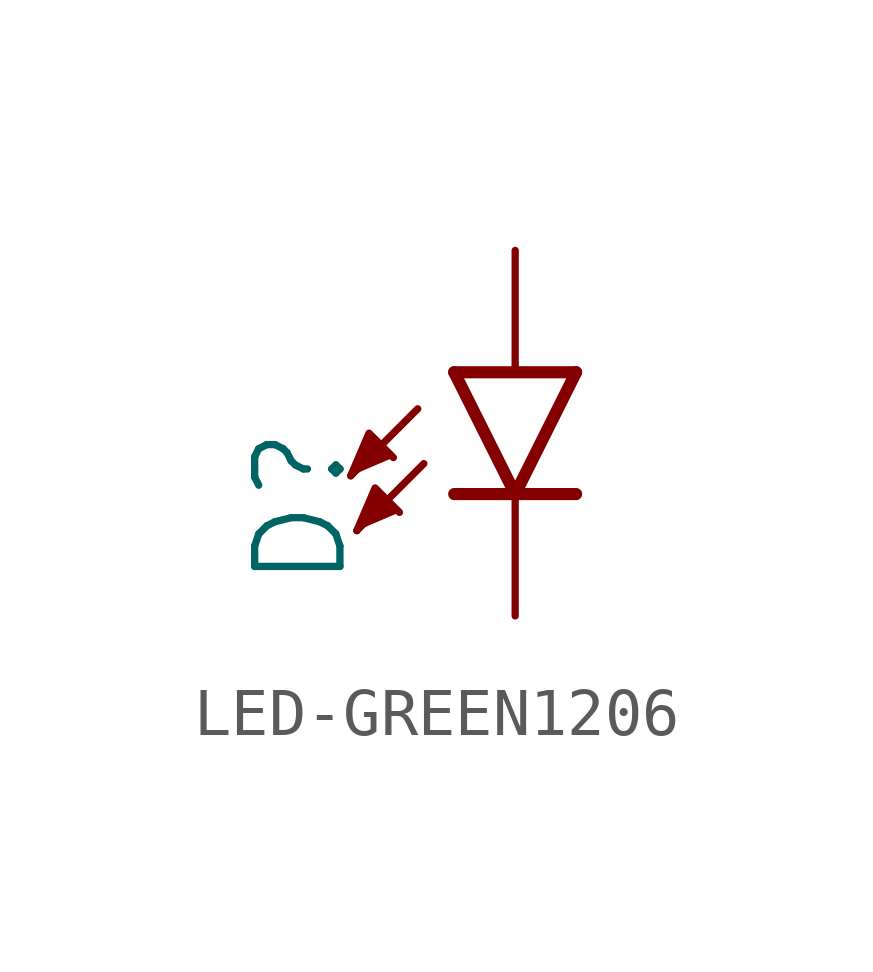
<source format=kicad_sym>
(kicad_symbol_lib
  (version 20241209)
  (generator "kicad_symbol_editor")
  (generator_version "9.0")
  (symbol "LED-GREEN1206"
    (property "Reference" "D"
      (at -3.429 -4.572 90)
      (effects (font (size 1.778 1.778)) (justify left bottom)))
    (property "Value" ""
      (at 1.905 -4.572 90)
      (effects (font (size 1.778 1.778)) (justify left top)))
    (property "ki_locked" ""
      (at 0 0 0)
      (effects (font (size 1.27 1.27))))
    (symbol "LED-GREEN1206_1_0"
      (polyline (pts (xy -3.429 -2.159) (xy -3.048 -1.27) (xy -2.54 -1.778)) (stroke (width 0.152) (type solid)) (fill (type outline)))
      (polyline (pts (xy -3.302 -3.302) (xy -2.921 -2.413) (xy -2.413 -2.921)) (stroke (width 0.152) (type solid)) (fill (type outline)))
      (polyline (pts (xy -2.032 -0.762) (xy -3.429 -2.159)) (stroke (width 0.152) (type solid)) (fill (type none)))
      (polyline (pts (xy -1.905 -1.905) (xy -3.302 -3.302)) (stroke (width 0.152) (type solid)) (fill (type none)))
      (polyline (pts (xy 0 -2.54) (xy -1.27 0)) (stroke (width 0.254) (type solid)) (fill (type none)))
      (polyline (pts (xy 0 -2.54) (xy -1.27 -2.54)) (stroke (width 0.254) (type solid)) (fill (type none)))
      (polyline (pts (xy 1.27 0) (xy -1.27 0)) (stroke (width 0.254) (type solid)) (fill (type none)))
      (polyline (pts (xy 1.27 0) (xy 0 -2.54)) (stroke (width 0.254) (type solid)) (fill (type none)))
      (polyline (pts (xy 1.27 -2.54) (xy 0 -2.54)) (stroke (width 0.254) (type solid)) (fill (type none)))
      (pin passive line (at 0 2.54 270) (length 2.54) (name "A" (effects (font (size 0 0)))) (number "A" (effects (font (size 0 0)))))
      (pin passive line (at 0 -5.08 90) (length 2.54) (name "C" (effects (font (size 0 0)))) (number "C" (effects (font (size 0 0))))))))
</source>
